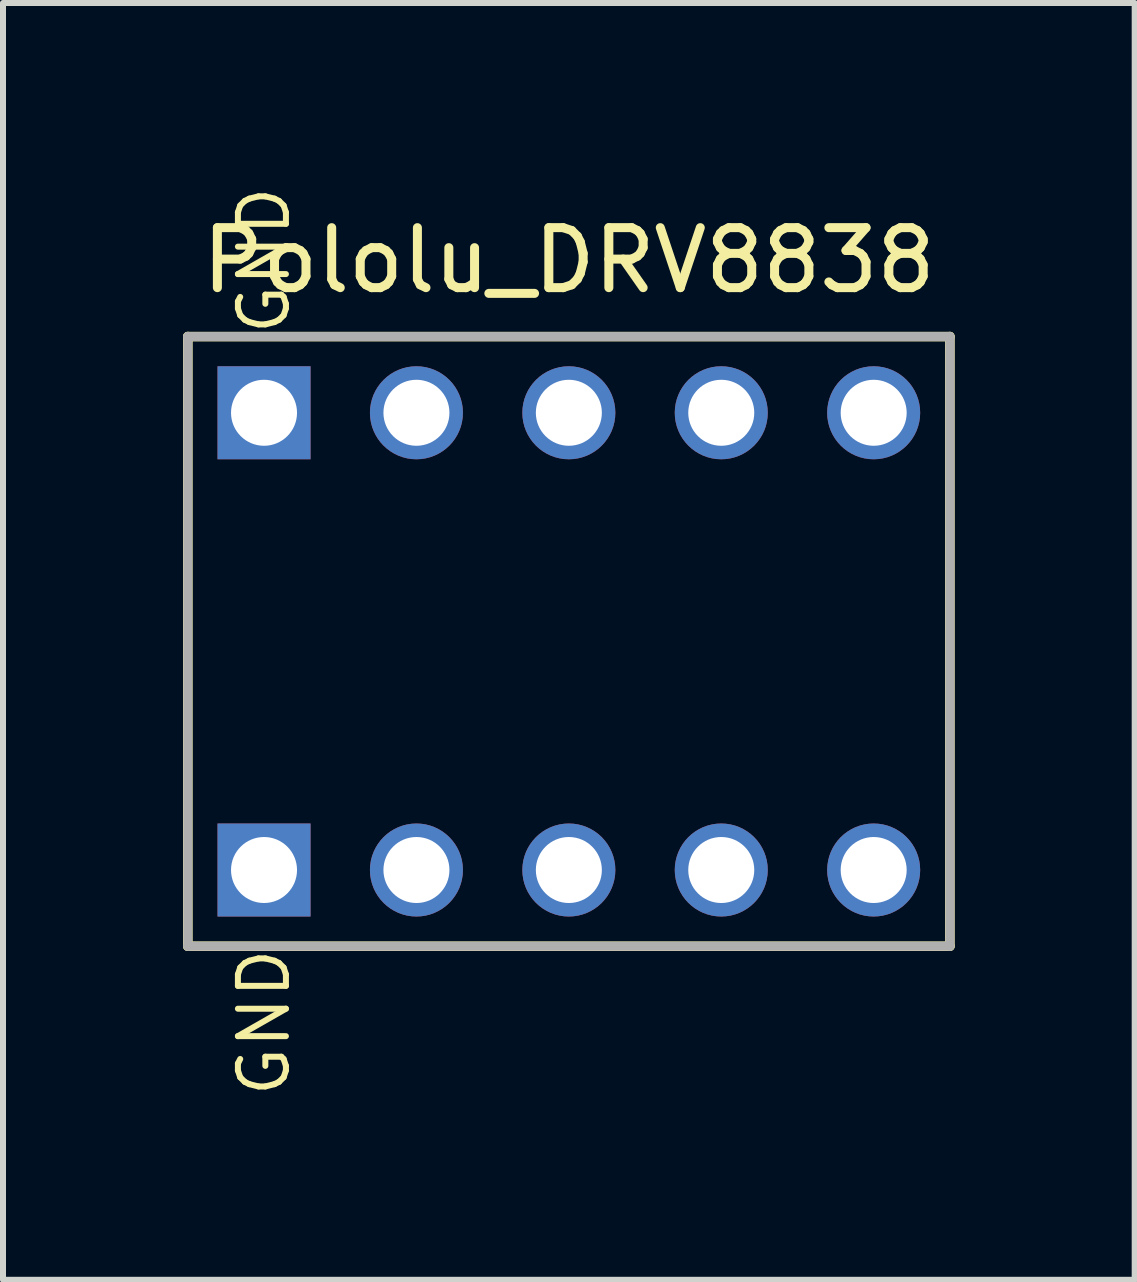
<source format=kicad_pcb>
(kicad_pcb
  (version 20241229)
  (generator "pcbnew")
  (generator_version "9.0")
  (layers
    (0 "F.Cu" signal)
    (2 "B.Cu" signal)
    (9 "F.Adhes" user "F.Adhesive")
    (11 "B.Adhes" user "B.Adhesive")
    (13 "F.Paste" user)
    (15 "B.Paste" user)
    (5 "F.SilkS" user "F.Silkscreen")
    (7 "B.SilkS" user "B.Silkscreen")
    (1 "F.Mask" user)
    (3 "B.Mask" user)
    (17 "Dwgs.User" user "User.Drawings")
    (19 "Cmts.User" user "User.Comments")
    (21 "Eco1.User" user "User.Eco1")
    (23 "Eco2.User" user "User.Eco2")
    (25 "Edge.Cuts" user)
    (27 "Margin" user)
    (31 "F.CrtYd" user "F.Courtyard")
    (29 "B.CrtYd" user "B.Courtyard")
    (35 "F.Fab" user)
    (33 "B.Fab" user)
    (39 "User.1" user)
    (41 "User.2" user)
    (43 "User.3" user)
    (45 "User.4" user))
  (footprint "Pololu_DRV8838"
    (layer "F.Cu")
    (at 6.43 7.639)
    (property "Reference" "Pololu_DRV8838" (at 0 -6.35 0) (layer "F.SilkS") (effects (font (size 1 1) (thickness 0.15))))
    (attr through_hole)
    (fp_line (start -6.35 -5.08) (end 6.35 -5.08) (stroke (width 0.16) (type solid)) (layer "F.SilkS"))
    (fp_line (start -6.35 5.08) (end -6.35 -5.08) (stroke (width 0.16) (type solid)) (layer "F.SilkS"))
    (fp_line (start 6.35 -5.08) (end 6.35 5.08) (stroke (width 0.16) (type solid)) (layer "F.SilkS"))
    (fp_line (start 6.35 5.08) (end -6.35 5.08) (stroke (width 0.16) (type solid)) (layer "F.SilkS"))
    (fp_line (start -6.35 -5.08) (end 6.35 -5.08) (stroke (width 0.15) (type solid)) (layer "F.Fab"))
    (fp_line (start -6.35 5.08) (end -6.35 -5.08) (stroke (width 0.15) (type solid)) (layer "F.Fab"))
    (fp_line (start 6.35 -5.08) (end 6.35 5.08) (stroke (width 0.15) (type solid)) (layer "F.Fab"))
    (fp_line (start 6.35 5.08) (end -6.35 5.08) (stroke (width 0.15) (type solid)) (layer "F.Fab"))
    (fp_text user "GND" (at -5.08 6.35 90) (layer "F.SilkS") (effects (font (size 0.8 0.8) (thickness 0.1))))
    (fp_text user "GND" (at -5.08 -6.35 90) (layer "F.SilkS") (effects (font (size 0.8 0.8) (thickness 0.1))))
    (pad "1" thru_hole rect (at -5.08 3.81 90) (size 1.55 1.55) (drill 1.1) (layers "*.Cu" "*.Mask"))
    (pad "2" thru_hole circle (at -2.54 3.81) (size 1.55 1.55) (drill 1.1) (layers "*.Cu" "*.Mask"))
    (pad "3" thru_hole circle (at 0 3.81) (size 1.55 1.55) (drill 1.1) (layers "*.Cu" "*.Mask"))
    (pad "4" thru_hole circle (at 2.54 3.81) (size 1.55 1.55) (drill 1.1) (layers "*.Cu" "*.Mask"))
    (pad "5" thru_hole circle (at 5.08 3.81) (size 1.55 1.55) (drill 1.1) (layers "*.Cu" "*.Mask"))
    (pad "6" thru_hole circle (at 5.08 -3.81) (size 1.55 1.55) (drill 1.1) (layers "*.Cu" "*.Mask"))
    (pad "7" thru_hole circle (at 2.54 -3.81) (size 1.55 1.55) (drill 1.1) (layers "*.Cu" "*.Mask"))
    (pad "8" thru_hole circle (at 0 -3.81) (size 1.55 1.55) (drill 1.1) (layers "*.Cu" "*.Mask"))
    (pad "9" thru_hole circle (at -2.54 -3.81) (size 1.55 1.55) (drill 1.1) (layers "*.Cu" "*.Mask"))
    (pad "10" thru_hole rect (at -5.08 -3.81) (size 1.55 1.55) (drill 1.1) (layers "*.Cu" "*.Mask")))
  (gr_rect
    (start -3 -3)
    (end 15.86 18.278)
    (stroke (width 0.1) (type default))
    (fill no)
    (layer "Edge.Cuts")))
</source>
